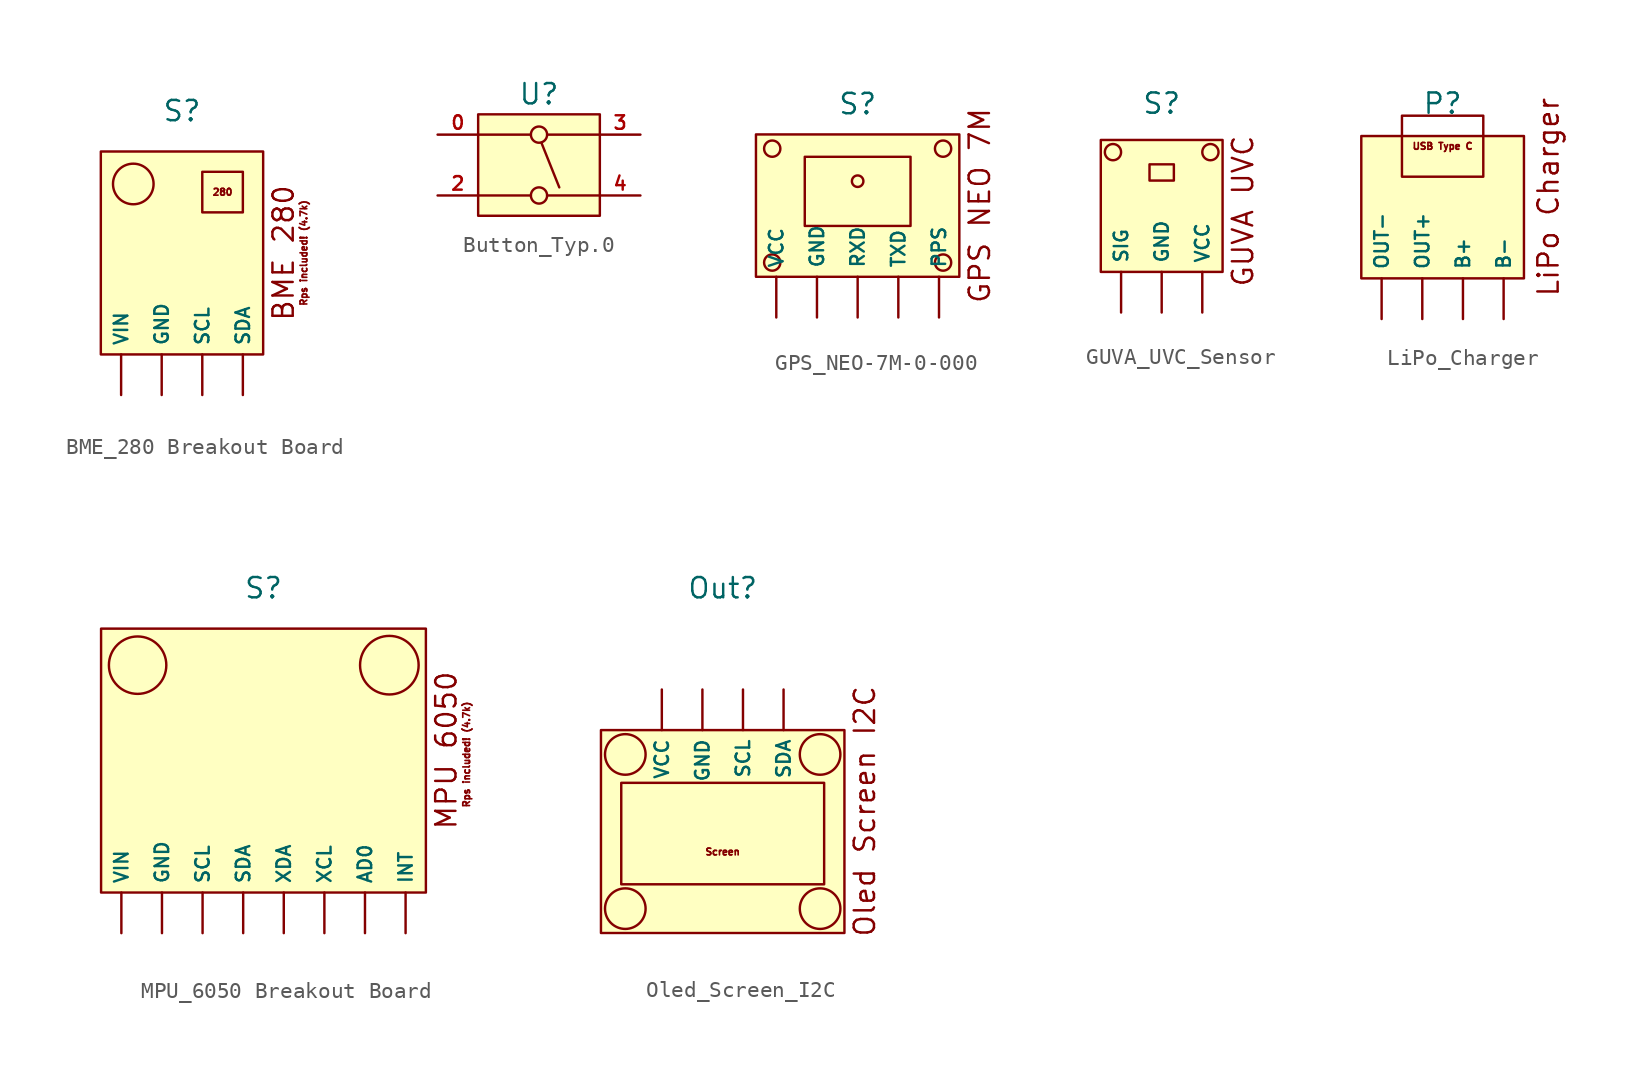
<source format=kicad_sym>
(kicad_symbol_lib
  (version 20220914)
  (generator kicad_symbol_editor)
  (symbol "BME_280 Breakout Board"
    (property "Reference" "S"
      (at 0 5.08 0)
      (effects (font (size 1.27 1.27))))
    (property "Value" ""
      (at 0 0 0)
      (effects (font (size 1.27 1.27))))
    (symbol "BME_280 Breakout Board_0_1"
      (rectangle (start 1.27 1.27) (end 3.81 -1.27) (stroke (width 0) (type default)) (fill (type none))))
    (symbol "BME_280 Breakout Board_1_0"
      (pin bidirectional line (at 3.81 -12.7 90) (length 2.54) (name "SDA" (effects (font (size 0.847 0.847)))) (number "" (effects (font (size 0.847 0.847))))))
    (symbol "BME_280 Breakout Board_1_1"
      (rectangle (start -5.08 2.54) (end 5.08 -10.16) (stroke (width 0) (type default)) (fill (type background)))
      (circle (center -3.048 0.508) (radius 1.27) (stroke (width 0) (type default)) (fill (type color) (color 0 0 0 0)))
      (text "280" (at 2.54 0 0) (effects (font (size 0.423 0.423))))
      (text "BME 280" (at 6.35 -3.81 900) (effects (font (size 1.27 1.27))))
      (text "Rps included! (4.7k)" (at 7.62 -3.81 900) (effects (font (size 0.423 0.423))))
      (pin passive line (at -1.27 -12.7 90) (length 2.54) (name "GND" (effects (font (size 0.847 0.847)))) (number "" (effects (font (size 0.847 0.847)))))
      (pin bidirectional line (at 1.27 -12.7 90) (length 2.54) (name "SCL" (effects (font (size 0.847 0.847)))) (number "" (effects (font (size 0.847 0.847)))))
      (pin power_in line (at -3.81 -12.7 90) (length 2.54) (name "VIN" (effects (font (size 0.847 0.847)))) (number "" (effects (font (size 0.847 0.847)))))))
  (symbol "Button_Typ.0"
    (property "Reference" "U"
      (at 0 3.81 0)
      (effects (font (size 1.27 1.27))))
    (property "Value" ""
      (at 0 0 0)
      (effects (font (size 1.27 1.27))))
    (symbol "Button_Typ.0_0_0"
      (circle (center 0 -2.54) (radius 0.508) (stroke (width 0) (type default)) (fill (type none)))
      (polyline (pts (xy 0.152 0.762) (xy 1.27 -2.032)) (stroke (width 0) (type default)) (fill (type none)))
      (circle (center 0 1.27) (radius 0.508) (stroke (width 0) (type default)) (fill (type none))))
    (symbol "Button_Typ.0_0_1"
      (polyline (pts (xy -3.81 -2.54) (xy -0.508 -2.54)) (stroke (width 0) (type default)) (fill (type none)))
      (polyline (pts (xy -0.508 1.27) (xy -3.81 1.27)) (stroke (width 0) (type default)) (fill (type none)))
      (polyline (pts (xy 3.81 -2.54) (xy 0.508 -2.54)) (stroke (width 0) (type default)) (fill (type none)))
      (polyline (pts (xy 3.81 1.27) (xy 0.508 1.27)) (stroke (width 0) (type default)) (fill (type none))))
    (symbol "Button_Typ.0_1_1"
      (rectangle (start -3.81 2.54) (end 3.81 -3.81) (stroke (width 0) (type default)) (fill (type background)))
      (pin unspecified line (at -6.35 1.27 0) (length 2.54) (name "" (effects (font (size 0.847 0.847)))) (number "0" (effects (font (size 0.847 0.847)))))
      (pin unspecified line (at -6.35 -2.54 0) (length 2.54) (name "" (effects (font (size 0.847 0.847)))) (number "2" (effects (font (size 0.847 0.847)))))
      (pin unspecified line (at 6.35 1.27 180) (length 2.54) (name "" (effects (font (size 0.847 0.847)))) (number "3" (effects (font (size 0.847 0.847)))))
      (pin unspecified line (at 6.35 -2.54 180) (length 2.54) (name "" (effects (font (size 0.847 0.847)))) (number "4" (effects (font (size 0.847 0.847)))))))
  (symbol "GPS_NEO-7M-0-000"
    (property "Reference" "S"
      (at 0 5.715 0)
      (effects (font (size 1.27 1.27))))
    (property "Value" ""
      (at 1.27 0.635 0)
      (effects (font (size 1.27 1.27))))
    (symbol "GPS_NEO-7M-0-000_0_1"
      (circle (center -5.334 -4.191) (radius 0.508) (stroke (width 0) (type default)) (fill (type none)))
      (circle (center -5.334 2.921) (radius 0.508) (stroke (width 0) (type default)) (fill (type none)))
      (rectangle (start -3.302 2.413) (end 3.302 -1.905) (stroke (width 0) (type default)) (fill (type none)))
      (circle (center 0 0.889) (radius 0.359) (stroke (width 0) (type default)) (fill (type none)))
      (circle (center 5.334 -4.191) (radius 0.508) (stroke (width 0) (type default)) (fill (type none)))
      (circle (center 5.334 2.921) (radius 0.508) (stroke (width 0) (type default)) (fill (type none))))
    (symbol "GPS_NEO-7M-0-000_1_1"
      (rectangle (start -6.35 3.81) (end 6.35 -5.08) (stroke (width 0) (type default)) (fill (type background)))
      (text "GPS NEO 7M" (at 7.62 -0.635 900) (effects (font (size 1.27 1.27))))
      (pin passive line (at -2.54 -7.62 90) (length 2.54) (name "GND" (effects (font (size 0.847 0.847)))) (number "" (effects (font (size 0.847 0.847)))))
      (pin unspecified line (at 5.08 -7.62 90) (length 2.54) (name "PPS" (effects (font (size 0.847 0.847)))) (number "" (effects (font (size 0.847 0.847)))))
      (pin input line (at 0 -7.62 90) (length 2.54) (name "RXD" (effects (font (size 0.847 0.847)))) (number "" (effects (font (size 0.847 0.847)))))
      (pin output line (at 2.54 -7.62 90) (length 2.54) (name "TXD" (effects (font (size 0.847 0.847)))) (number "" (effects (font (size 0.847 0.847)))))
      (pin power_in line (at -5.08 -7.62 90) (length 2.54) (name "VCC" (effects (font (size 0.847 0.847)))) (number "" (effects (font (size 0.847 0.847)))))))
  (symbol "GUVA_UVC_Sensor"
    (property "Reference" "S"
      (at 0 8.001 0)
      (effects (font (size 1.27 1.27))))
    (property "Value" ""
      (at 2.667 4.191 0)
      (effects (font (size 1.27 1.27))))
    (symbol "GUVA_UVC_Sensor_1_1"
      (rectangle (start -3.81 5.715) (end 3.81 -2.54) (stroke (width 0) (type default)) (fill (type background)))
      (circle (center -3.048 4.953) (radius 0.508) (stroke (width 0) (type default)) (fill (type none)))
      (rectangle (start -0.762 4.191) (end 0.762 3.175) (stroke (width 0) (type default)) (fill (type none)))
      (circle (center 3.048 4.953) (radius 0.508) (stroke (width 0) (type default)) (fill (type none)))
      (text "GUVA UVC" (at 5.08 1.27 900) (effects (font (size 1.27 1.27))))
      (pin passive line (at 0 -5.08 90) (length 2.54) (name "GND" (effects (font (size 0.847 0.847)))) (number "" (effects (font (size 0.847 0.847)))))
      (pin output line (at -2.54 -5.08 90) (length 2.54) (name "SIG" (effects (font (size 0.847 0.847)))) (number "" (effects (font (size 0.847 0.847)))))
      (pin power_in line (at 2.54 -5.08 90) (length 2.54) (name "VCC" (effects (font (size 0.847 0.847)))) (number "" (effects (font (size 0.847 0.847)))))))
  (symbol "LiPo_Charger"
    (property "Reference" "P"
      (at 0 5.842 0)
      (effects (font (size 1.27 1.27))))
    (property "Value" ""
      (at 0 0 0)
      (effects (font (size 1.27 1.27))))
    (symbol "LiPo_Charger_1_1"
      (rectangle (start -5.08 3.81) (end 5.08 -5.08) (stroke (width 0) (type default)) (fill (type background)))
      (text "LiPo Charger\n" (at 6.604 0 900) (effects (font (size 1.27 1.27))))
      (text_box "USB Type C" (at -2.54 5.08 0) (size 5.08 -3.81) (stroke (width 0) (type default)) (fill (type none)) (effects (font (size 0.423 0.423))))
      (pin free line (at 1.27 -7.62 90) (length 2.54) (name "B+" (effects (font (size 0.847 0.847)))) (number "" (effects (font (size 0.847 0.847)))))
      (pin free line (at 3.81 -7.62 90) (length 2.54) (name "B-" (effects (font (size 0.847 0.847)))) (number "" (effects (font (size 0.847 0.847)))))
      (pin free line (at -1.27 -7.62 90) (length 2.54) (name "OUT+" (effects (font (size 0.847 0.847)))) (number "" (effects (font (size 0.847 0.847)))))
      (pin free line (at -3.81 -7.62 90) (length 2.54) (name "OUT-" (effects (font (size 0.847 0.847)))) (number "" (effects (font (size 0.847 0.847)))))))
  (symbol "MPU_6050 Breakout Board"
    (property "Reference" "S"
      (at 0 6.35 0)
      (effects (font (size 1.27 1.27))))
    (property "Value" ""
      (at 0 0 0)
      (effects (font (size 1.27 1.27))))
    (symbol "MPU_6050 Breakout Board_0_1"
      (circle (center -7.874 1.524) (radius 1.796) (stroke (width 0) (type default)) (fill (type none)))
      (circle (center 7.874 1.524) (radius 1.832) (stroke (width 0) (type default)) (fill (type none))))
    (symbol "MPU_6050 Breakout Board_1_1"
      (rectangle (start -10.16 3.81) (end 10.16 -12.7) (stroke (width 0) (type default)) (fill (type background)))
      (text "MPU 6050" (at 11.43 -3.81 900) (effects (font (size 1.27 1.27))))
      (text "Rps included! (4.7k)" (at 12.7 -4.064 900) (effects (font (size 0.423 0.423))))
      (pin unspecified line (at 6.35 -15.24 90) (length 2.54) (name "AD0" (effects (font (size 0.847 0.847)))) (number "" (effects (font (size 0.847 0.847)))))
      (pin passive line (at -6.35 -15.24 90) (length 2.54) (name "GND" (effects (font (size 0.847 0.847)))) (number "" (effects (font (size 0.847 0.847)))))
      (pin unspecified line (at 8.89 -15.24 90) (length 2.54) (name "INT" (effects (font (size 0.847 0.847)))) (number "" (effects (font (size 0.847 0.847)))))
      (pin bidirectional line (at -3.81 -15.24 90) (length 2.54) (name "SCL" (effects (font (size 0.847 0.847)))) (number "" (effects (font (size 0.847 0.847)))))
      (pin bidirectional line (at -1.27 -15.24 90) (length 2.54) (name "SDA" (effects (font (size 0.847 0.847)))) (number "" (effects (font (size 0.847 0.847)))))
      (pin power_in line (at -8.89 -15.24 90) (length 2.54) (name "VIN" (effects (font (size 0.847 0.847)))) (number "" (effects (font (size 0.847 0.847)))))
      (pin bidirectional line (at 3.81 -15.24 90) (length 2.54) (name "XCL" (effects (font (size 0.847 0.847)))) (number "" (effects (font (size 0.847 0.847)))))
      (pin bidirectional line (at 1.27 -15.24 90) (length 2.54) (name "XDA" (effects (font (size 0.847 0.847)))) (number "" (effects (font (size 0.847 0.847)))))))
  (symbol "Oled_Screen_I2C"
    (property "Reference" "Out"
      (at 0 13.97 0)
      (effects (font (size 1.27 1.27))))
    (property "Value" ""
      (at -2.54 6.35 0)
      (effects (font (size 1.27 1.27))))
    (symbol "Oled_Screen_I2C_1_1"
      (rectangle (start -7.62 5.08) (end 7.62 -7.62) (stroke (width 0) (type default)) (fill (type background)))
      (rectangle (start -6.35 1.778) (end 6.35 -4.572) (stroke (width 0) (type default)) (fill (type none)))
      (circle (center -6.096 -6.096) (radius 1.27) (stroke (width 0) (type default)) (fill (type none)))
      (circle (center -6.096 3.556) (radius 1.27) (stroke (width 0) (type default)) (fill (type none)))
      (circle (center 6.096 -6.096) (radius 1.27) (stroke (width 0) (type default)) (fill (type none)))
      (circle (center 6.096 3.556) (radius 1.27) (stroke (width 0) (type default)) (fill (type none)))
      (text "Oled Screen I2C" (at 8.89 0 900) (effects (font (size 1.27 1.27))))
      (text "Screen" (at 0 -2.54 0) (effects (font (size 0.423 0.423))))
      (pin passive line (at -1.27 7.62 270) (length 2.54) (name "GND" (effects (font (size 0.847 0.847)))) (number "" (effects (font (size 0.847 0.847)))))
      (pin bidirectional line (at 1.27 7.62 270) (length 2.54) (name "SCL" (effects (font (size 0.847 0.847)))) (number "" (effects (font (size 0.847 0.847)))))
      (pin bidirectional line (at 3.81 7.62 270) (length 2.54) (name "SDA" (effects (font (size 0.847 0.847)))) (number "" (effects (font (size 0.847 0.847)))))
      (pin passive line (at -3.81 7.62 270) (length 2.54) (name "VCC" (effects (font (size 0.847 0.847)))) (number "" (effects (font (size 0.847 0.847))))))))
</source>
